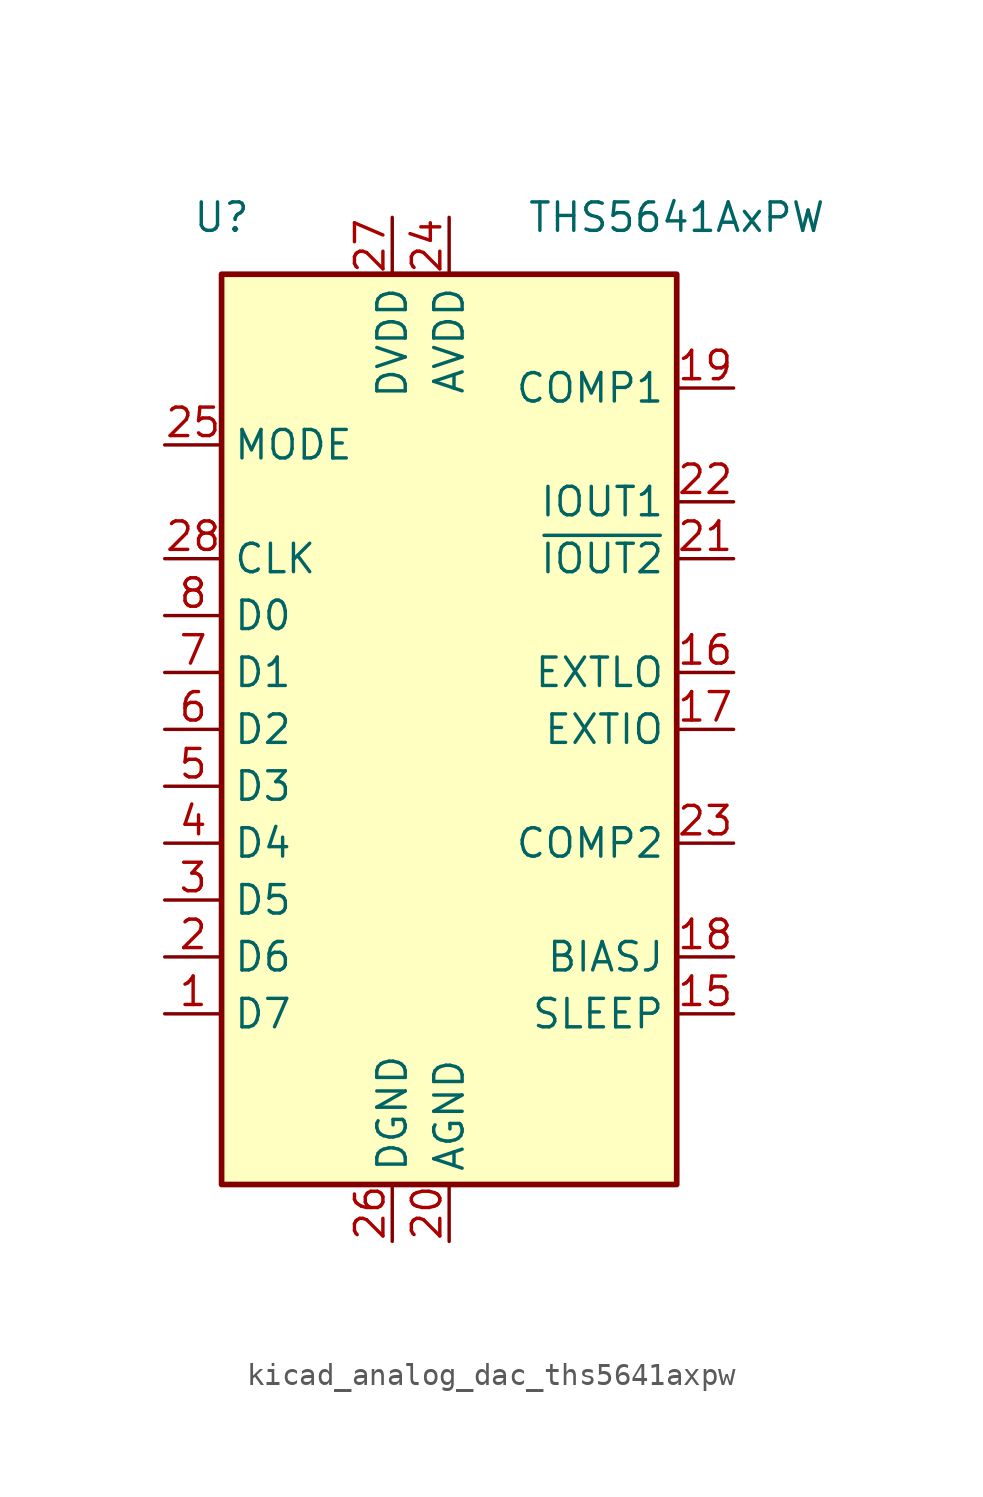
<source format=kicad_sym>
(kicad_symbol_lib
  (version 20220914)
  (generator kicad_symbol_editor)
  (symbol "kicad_analog_dac_ths5641axpw"
    (property "Reference" "U"
      (at -10.16 22.86 0)
      (effects (font (size 1.27 1.27))))
    (property "Value" "THS5641AxPW"
      (at 10.16 22.86 0)
      (effects (font (size 1.27 1.27))))
    (symbol "kicad_analog_dac_ths5641axpw_0_1"
      (rectangle (start -10.16 20.32) (end 10.16 -20.32) (stroke (width 0.254) (type default)) (fill (type background))))
    (symbol "kicad_analog_dac_ths5641axpw_1_1"
      (pin input line (at -12.7 -12.7 0) (length 2.54) (name "D7" (effects (font (size 1.27 1.27)))) (number "1" (effects (font (size 1.27 1.27)))))
      (pin no_connect line (at -10.16 -17.78 0) (length 2.54) hide (name "NC" (effects (font (size 1.27 1.27)))) (number "10" (effects (font (size 1.27 1.27)))))
      (pin no_connect line (at 10.16 -17.78 180) (length 2.54) hide (name "NC" (effects (font (size 1.27 1.27)))) (number "11" (effects (font (size 1.27 1.27)))))
      (pin no_connect line (at 10.16 -15.24 180) (length 2.54) hide (name "NC" (effects (font (size 1.27 1.27)))) (number "12" (effects (font (size 1.27 1.27)))))
      (pin no_connect line (at 10.16 12.7 180) (length 2.54) hide (name "NC" (effects (font (size 1.27 1.27)))) (number "13" (effects (font (size 1.27 1.27)))))
      (pin no_connect line (at 10.16 17.78 180) (length 2.54) hide (name "NC" (effects (font (size 1.27 1.27)))) (number "14" (effects (font (size 1.27 1.27)))))
      (pin input line (at 12.7 -12.7 180) (length 2.54) (name "SLEEP" (effects (font (size 1.27 1.27)))) (number "15" (effects (font (size 1.27 1.27)))))
      (pin bidirectional line (at 12.7 2.54 180) (length 2.54) (name "EXTLO" (effects (font (size 1.27 1.27)))) (number "16" (effects (font (size 1.27 1.27)))))
      (pin bidirectional line (at 12.7 0 180) (length 2.54) (name "EXTIO" (effects (font (size 1.27 1.27)))) (number "17" (effects (font (size 1.27 1.27)))))
      (pin passive line (at 12.7 -10.16 180) (length 2.54) (name "BIASJ" (effects (font (size 1.27 1.27)))) (number "18" (effects (font (size 1.27 1.27)))))
      (pin input line (at 12.7 15.24 180) (length 2.54) (name "COMP1" (effects (font (size 1.27 1.27)))) (number "19" (effects (font (size 1.27 1.27)))))
      (pin input line (at -12.7 -10.16 0) (length 2.54) (name "D6" (effects (font (size 1.27 1.27)))) (number "2" (effects (font (size 1.27 1.27)))))
      (pin power_in line (at 0 -22.86 90) (length 2.54) (name "AGND" (effects (font (size 1.27 1.27)))) (number "20" (effects (font (size 1.27 1.27)))))
      (pin output line (at 12.7 7.62 180) (length 2.54) (name "~{IOUT2}" (effects (font (size 1.27 1.27)))) (number "21" (effects (font (size 1.27 1.27)))))
      (pin output line (at 12.7 10.16 180) (length 2.54) (name "IOUT1" (effects (font (size 1.27 1.27)))) (number "22" (effects (font (size 1.27 1.27)))))
      (pin input line (at 12.7 -5.08 180) (length 2.54) (name "COMP2" (effects (font (size 1.27 1.27)))) (number "23" (effects (font (size 1.27 1.27)))))
      (pin power_in line (at 0 22.86 270) (length 2.54) (name "AVDD" (effects (font (size 1.27 1.27)))) (number "24" (effects (font (size 1.27 1.27)))))
      (pin input line (at -12.7 12.7 0) (length 2.54) (name "MODE" (effects (font (size 1.27 1.27)))) (number "25" (effects (font (size 1.27 1.27)))))
      (pin power_in line (at -2.54 -22.86 90) (length 2.54) (name "DGND" (effects (font (size 1.27 1.27)))) (number "26" (effects (font (size 1.27 1.27)))))
      (pin power_in line (at -2.54 22.86 270) (length 2.54) (name "DVDD" (effects (font (size 1.27 1.27)))) (number "27" (effects (font (size 1.27 1.27)))))
      (pin input line (at -12.7 7.62 0) (length 2.54) (name "CLK" (effects (font (size 1.27 1.27)))) (number "28" (effects (font (size 1.27 1.27)))))
      (pin input line (at -12.7 -7.62 0) (length 2.54) (name "D5" (effects (font (size 1.27 1.27)))) (number "3" (effects (font (size 1.27 1.27)))))
      (pin input line (at -12.7 -5.08 0) (length 2.54) (name "D4" (effects (font (size 1.27 1.27)))) (number "4" (effects (font (size 1.27 1.27)))))
      (pin input line (at -12.7 -2.54 0) (length 2.54) (name "D3" (effects (font (size 1.27 1.27)))) (number "5" (effects (font (size 1.27 1.27)))))
      (pin input line (at -12.7 0 0) (length 2.54) (name "D2" (effects (font (size 1.27 1.27)))) (number "6" (effects (font (size 1.27 1.27)))))
      (pin input line (at -12.7 2.54 0) (length 2.54) (name "D1" (effects (font (size 1.27 1.27)))) (number "7" (effects (font (size 1.27 1.27)))))
      (pin input line (at -12.7 5.08 0) (length 2.54) (name "D0" (effects (font (size 1.27 1.27)))) (number "8" (effects (font (size 1.27 1.27)))))
      (pin no_connect line (at -10.16 -15.24 0) (length 2.54) hide (name "NC" (effects (font (size 1.27 1.27)))) (number "9" (effects (font (size 1.27 1.27))))))))
</source>
